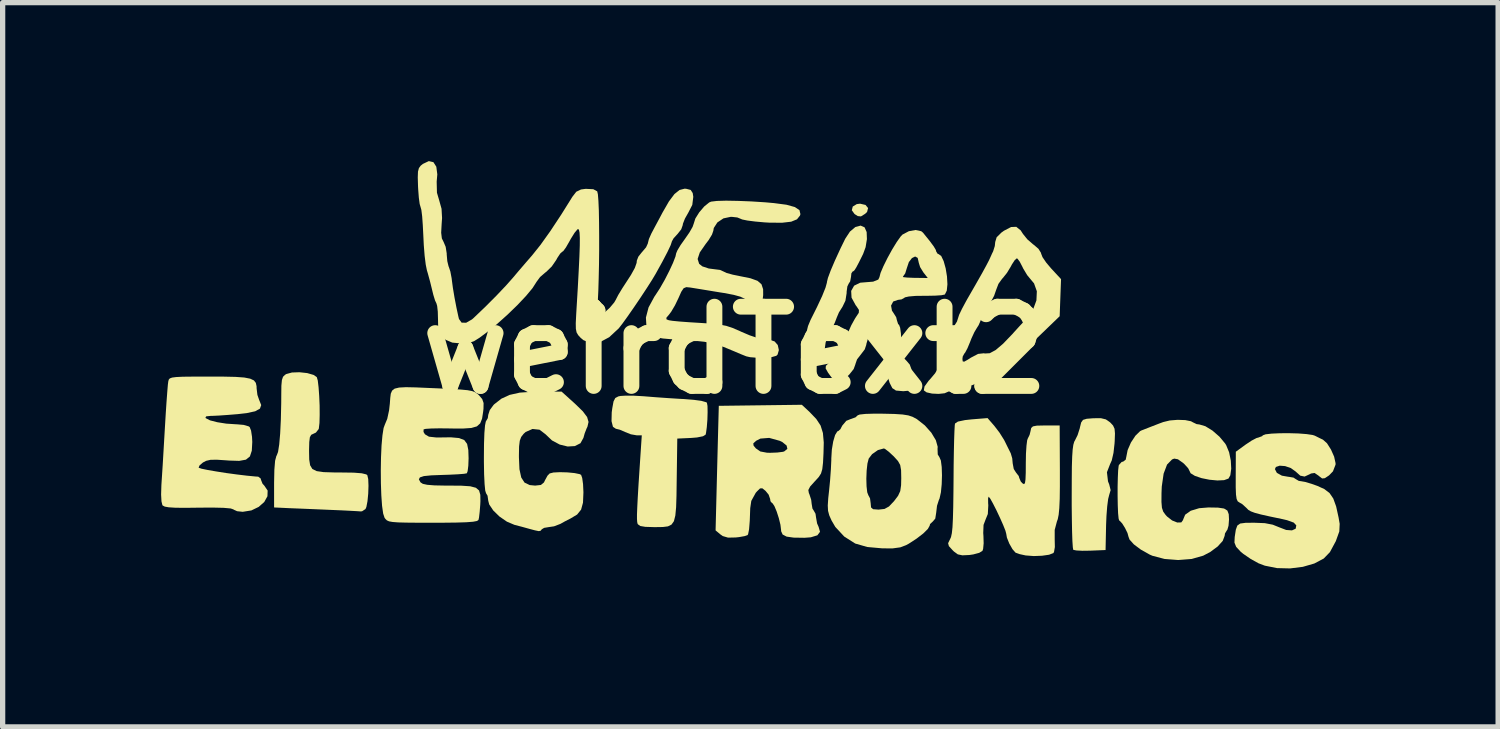
<source format=kicad_pcb>
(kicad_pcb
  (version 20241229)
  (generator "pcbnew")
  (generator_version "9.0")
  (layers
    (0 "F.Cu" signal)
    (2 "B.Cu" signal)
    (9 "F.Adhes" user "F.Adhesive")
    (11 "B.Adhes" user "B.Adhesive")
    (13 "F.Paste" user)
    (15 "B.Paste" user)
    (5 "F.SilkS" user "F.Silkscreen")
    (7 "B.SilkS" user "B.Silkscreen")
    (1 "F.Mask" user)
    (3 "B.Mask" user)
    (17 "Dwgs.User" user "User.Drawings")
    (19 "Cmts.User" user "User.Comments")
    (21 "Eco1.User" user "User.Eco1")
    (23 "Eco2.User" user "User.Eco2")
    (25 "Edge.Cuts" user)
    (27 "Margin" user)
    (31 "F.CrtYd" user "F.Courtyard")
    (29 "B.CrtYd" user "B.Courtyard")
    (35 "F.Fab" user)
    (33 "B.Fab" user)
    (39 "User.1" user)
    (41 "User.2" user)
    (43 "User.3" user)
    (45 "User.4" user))
  (footprint "weirdText2"
    (layer "F.Cu")
    (at 10.868 3.578)
    (property "Reference" "weirdText2" (at 0 0 0) (layer "F.SilkS") (effects (font (size 1.5 1.5) (thickness 0.3))))
    (attr board_only exclude_from_pos_files exclude_from_bom)
    (fp_poly (pts (xy 2.468 -2.748) (xy 2.516 -2.689) (xy 2.497 -2.615) (xy 2.46 -2.58) (xy 2.381 -2.531) (xy 2.321 -2.537) (xy 2.26 -2.576) (xy 2.208 -2.648) (xy 2.226 -2.718) (xy 2.302 -2.764) (xy 2.364 -2.772)) (stroke (width 0) (type solid)) (fill yes) (layer "F.SilkS"))
    (fp_poly (pts (xy 7.018 1.312) (xy 7.095 1.366) (xy 7.102 1.372) (xy 7.154 1.428) (xy 7.182 1.489) (xy 7.19 1.578) (xy 7.185 1.72) (xy 7.182 1.767) (xy 7.162 1.946) (xy 7.129 2.089) (xy 7.097 2.16) (xy 7.038 2.312) (xy 7.058 2.485) (xy 7.081 2.543) (xy 7.108 2.651) (xy 7.081 2.741) (xy 7.061 2.819) (xy 7.043 2.958) (xy 7.029 3.139) (xy 7.022 3.309) (xy 7.012 3.785) (xy 6.721 3.797) (xy 6.572 3.799) (xy 6.458 3.793) (xy 6.401 3.781) (xy 6.4 3.78) (xy 6.392 3.732) (xy 6.384 3.613) (xy 6.378 3.435) (xy 6.374 3.21) (xy 6.371 2.95) (xy 6.371 2.774) (xy 6.372 2.452) (xy 6.374 2.203) (xy 6.38 2.017) (xy 6.389 1.883) (xy 6.402 1.792) (xy 6.419 1.734) (xy 6.433 1.709) (xy 6.483 1.608) (xy 6.524 1.479) (xy 6.527 1.462) (xy 6.55 1.37) (xy 6.585 1.321) (xy 6.655 1.3) (xy 6.781 1.29) (xy 6.924 1.289)) (stroke (width 0) (type solid)) (fill yes) (layer "F.SilkS"))
    (fp_poly (pts (xy 2.45 -2.324) (xy 2.489 -2.235) (xy 2.494 -2.101) (xy 2.469 -1.948) (xy 2.422 -1.82) (xy 2.343 -1.661) (xy 2.291 -1.563) (xy 2.258 -1.511) (xy 2.236 -1.492) (xy 2.224 -1.489) (xy 2.2 -1.454) (xy 2.193 -1.388) (xy 2.177 -1.301) (xy 2.151 -1.262) (xy 2.124 -1.207) (xy 2.11 -1.105) (xy 2.11 -1.079) (xy 2.087 -0.935) (xy 2.033 -0.823) (xy 1.964 -0.713) (xy 1.925 -0.621) (xy 1.886 -0.519) (xy 1.825 -0.391) (xy 1.804 -0.352) (xy 1.749 -0.24) (xy 1.715 -0.155) (xy 1.711 -0.134) (xy 1.691 0.01) (xy 1.639 0.094) (xy 1.543 0.14) (xy 1.53 0.143) (xy 1.426 0.144) (xy 1.375 0.118) (xy 1.334 0.027) (xy 1.322 -0.116) (xy 1.337 -0.285) (xy 1.379 -0.455) (xy 1.426 -0.569) (xy 1.55 -0.817) (xy 1.647 -1.025) (xy 1.71 -1.182) (xy 1.737 -1.279) (xy 1.737 -1.289) (xy 1.756 -1.367) (xy 1.808 -1.507) (xy 1.889 -1.697) (xy 1.994 -1.925) (xy 2.084 -2.109) (xy 2.173 -2.244) (xy 2.275 -2.33) (xy 2.375 -2.357)) (stroke (width 0) (type solid)) (fill yes) (layer "F.SilkS"))
    (fp_poly (pts (xy -1.918 0.863) (xy -1.744 0.873) (xy -1.717 0.875) (xy -1.518 0.891) (xy -1.279 0.908) (xy -1.043 0.923) (xy -0.975 0.926) (xy -0.779 0.942) (xy -0.632 0.963) (xy -0.548 0.987) (xy -0.535 0.997) (xy -0.524 1.058) (xy -0.522 1.174) (xy -0.526 1.316) (xy -0.537 1.457) (xy -0.552 1.569) (xy -0.56 1.601) (xy -0.609 1.631) (xy -0.724 1.654) (xy -0.836 1.663) (xy -1.096 1.675) (xy -1.107 2.461) (xy -1.111 2.754) (xy -1.118 2.974) (xy -1.133 3.132) (xy -1.16 3.239) (xy -1.205 3.303) (xy -1.273 3.337) (xy -1.368 3.349) (xy -1.497 3.351) (xy -1.54 3.351) (xy -1.701 3.346) (xy -1.796 3.33) (xy -1.841 3.298) (xy -1.848 3.286) (xy -1.855 3.254) (xy -1.859 3.198) (xy -1.859 3.111) (xy -1.854 2.982) (xy -1.845 2.803) (xy -1.831 2.565) (xy -1.811 2.26) (xy -1.795 2.017) (xy -1.768 1.613) (xy -1.866 1.613) (xy -1.975 1.594) (xy -2.083 1.551) (xy -2.184 1.507) (xy -2.258 1.489) (xy -2.259 1.489) (xy -2.314 1.452) (xy -2.341 1.345) (xy -2.337 1.177) (xy -2.326 1.097) (xy -2.303 0.972) (xy -2.27 0.907) (xy -2.213 0.877) (xy -2.171 0.868) (xy -2.071 0.862)) (stroke (width 0) (type solid)) (fill yes) (layer "F.SilkS"))
    (fp_poly (pts (xy -8.102 0.435) (xy -7.981 0.47) (xy -7.921 0.511) (xy -7.902 0.576) (xy -7.887 0.703) (xy -7.875 0.868) (xy -7.867 1.05) (xy -7.866 1.228) (xy -7.87 1.38) (xy -7.882 1.483) (xy -7.885 1.495) (xy -7.937 1.561) (xy -7.985 1.584) (xy -8.027 1.604) (xy -8.052 1.65) (xy -8.063 1.739) (xy -8.067 1.89) (xy -8.067 1.918) (xy -8.064 2.072) (xy -8.047 2.18) (xy -8.005 2.25) (xy -7.923 2.291) (xy -7.791 2.31) (xy -7.596 2.316) (xy -7.451 2.317) (xy -7.222 2.32) (xy -7.069 2.332) (xy -6.984 2.353) (xy -6.964 2.368) (xy -6.947 2.442) (xy -6.942 2.568) (xy -6.947 2.718) (xy -6.961 2.861) (xy -6.982 2.97) (xy -6.999 3.009) (xy -7.063 3.051) (xy -7.089 3.054) (xy -7.145 3.05) (xy -7.268 3.043) (xy -7.444 3.034) (xy -7.658 3.025) (xy -7.819 3.018) (xy -8.056 3.008) (xy -8.273 2.999) (xy -8.451 2.992) (xy -8.573 2.986) (xy -8.615 2.984) (xy -8.729 2.979) (xy -8.729 2.511) (xy -8.724 2.265) (xy -8.71 2.095) (xy -8.686 2.004) (xy -8.679 1.994) (xy -8.654 1.927) (xy -8.632 1.786) (xy -8.614 1.579) (xy -8.601 1.314) (xy -8.594 1.001) (xy -8.593 0.841) (xy -8.591 0.672) (xy -8.581 0.567) (xy -8.56 0.505) (xy -8.522 0.468) (xy -8.498 0.453) (xy -8.391 0.424) (xy -8.249 0.419)) (stroke (width 0) (type solid)) (fill yes) (layer "F.SilkS"))
    (fp_poly (pts (xy 1.412 1.175) (xy 1.536 1.305) (xy 1.617 1.428) (xy 1.661 1.569) (xy 1.677 1.75) (xy 1.672 1.953) (xy 1.663 2.133) (xy 1.649 2.254) (xy 1.625 2.336) (xy 1.582 2.403) (xy 1.515 2.477) (xy 1.506 2.486) (xy 1.419 2.583) (xy 1.385 2.649) (xy 1.395 2.707) (xy 1.403 2.723) (xy 1.439 2.833) (xy 1.448 2.911) (xy 1.463 3) (xy 1.489 3.041) (xy 1.521 3.098) (xy 1.531 3.168) (xy 1.551 3.282) (xy 1.58 3.348) (xy 1.606 3.44) (xy 1.556 3.506) (xy 1.432 3.544) (xy 1.312 3.553) (xy 1.108 3.55) (xy 0.974 3.531) (xy 0.898 3.491) (xy 0.87 3.428) (xy 0.869 3.407) (xy 0.857 3.307) (xy 0.826 3.181) (xy 0.785 3.054) (xy 0.742 2.952) (xy 0.706 2.898) (xy 0.698 2.896) (xy 0.668 2.861) (xy 0.662 2.819) (xy 0.633 2.736) (xy 0.575 2.665) (xy 0.515 2.617) (xy 0.471 2.618) (xy 0.413 2.675) (xy 0.389 2.702) (xy 0.305 2.855) (xy 0.285 2.991) (xy 0.276 3.232) (xy 0.263 3.394) (xy 0.245 3.484) (xy 0.235 3.502) (xy 0.181 3.521) (xy 0.075 3.54) (xy 0.011 3.547) (xy -0.135 3.55) (xy -0.234 3.521) (xy -0.279 3.49) (xy -0.371 3.413) (xy -0.341 2.234) (xy -0.329 1.766) (xy 0.343 1.766) (xy 0.348 1.808) (xy 0.392 1.861) (xy 0.476 1.919) (xy 0.604 1.943) (xy 0.665 1.944) (xy 0.797 1.939) (xy 0.9 1.926) (xy 0.927 1.919) (xy 0.988 1.87) (xy 0.974 1.807) (xy 0.893 1.741) (xy 0.843 1.717) (xy 0.644 1.662) (xy 0.478 1.675) (xy 0.396 1.717) (xy 0.343 1.766) (xy -0.329 1.766) (xy -0.31 1.055) (xy 0.476 1.045) (xy 1.262 1.035)) (stroke (width 0) (type solid)) (fill yes) (layer "F.SilkS"))
    (fp_poly (pts (xy -3.029 1.018) (xy -2.885 1.158) (xy -2.803 1.267) (xy -2.776 1.36) (xy -2.797 1.451) (xy -2.811 1.479) (xy -2.849 1.576) (xy -2.873 1.662) (xy -2.929 1.763) (xy -3.035 1.817) (xy -3.172 1.825) (xy -3.322 1.788) (xy -3.468 1.71) (xy -3.591 1.593) (xy -3.704 1.507) (xy -3.837 1.493) (xy -3.967 1.55) (xy -4.005 1.585) (xy -4.051 1.644) (xy -4.078 1.716) (xy -4.091 1.824) (xy -4.094 1.988) (xy -4.094 2.03) (xy -4.084 2.256) (xy -4.05 2.412) (xy -3.988 2.508) (xy -3.89 2.555) (xy -3.788 2.565) (xy -3.678 2.553) (xy -3.62 2.505) (xy -3.601 2.465) (xy -3.553 2.377) (xy -3.512 2.335) (xy -3.44 2.317) (xy -3.317 2.311) (xy -3.175 2.315) (xy -3.041 2.328) (xy -2.944 2.348) (xy -2.917 2.362) (xy -2.896 2.421) (xy -2.88 2.538) (xy -2.873 2.689) (xy -2.873 2.696) (xy -2.881 2.888) (xy -2.917 3.02) (xy -2.992 3.113) (xy -3.117 3.188) (xy -3.123 3.191) (xy -3.223 3.242) (xy -3.309 3.29) (xy -3.429 3.336) (xy -3.524 3.35) (xy -3.616 3.365) (xy -3.661 3.392) (xy -3.683 3.42) (xy -3.719 3.427) (xy -3.791 3.412) (xy -3.889 3.386) (xy -4.037 3.345) (xy -4.179 3.308) (xy -4.321 3.248) (xy -4.462 3.151) (xy -4.58 3.036) (xy -4.657 2.921) (xy -4.675 2.85) (xy -4.688 2.757) (xy -4.716 2.71) (xy -4.732 2.659) (xy -4.744 2.537) (xy -4.753 2.352) (xy -4.757 2.115) (xy -4.757 2.027) (xy -4.755 1.775) (xy -4.748 1.572) (xy -4.736 1.428) (xy -4.721 1.352) (xy -4.716 1.344) (xy -4.683 1.287) (xy -4.675 1.226) (xy -4.646 1.136) (xy -4.575 1.039) (xy -4.561 1.025) (xy -4.425 0.919) (xy -4.27 0.848) (xy -4.078 0.805) (xy -3.83 0.788) (xy -3.706 0.786) (xy -3.286 0.786)) (stroke (width 0) (type solid)) (fill yes) (layer "F.SilkS"))
    (fp_poly (pts (xy -6.047 0.706) (xy -5.796 0.717) (xy -5.63 0.724) (xy -5.377 0.736) (xy -5.194 0.747) (xy -5.066 0.759) (xy -4.979 0.776) (xy -4.921 0.799) (xy -4.877 0.83) (xy -4.849 0.856) (xy -4.789 0.927) (xy -4.763 1.002) (xy -4.765 1.112) (xy -4.772 1.172) (xy -4.792 1.299) (xy -4.827 1.387) (xy -4.89 1.444) (xy -4.994 1.474) (xy -5.153 1.485) (xy -5.38 1.484) (xy -5.407 1.483) (xy -5.596 1.481) (xy -5.752 1.484) (xy -5.86 1.491) (xy -5.899 1.501) (xy -5.9 1.55) (xy -5.873 1.594) (xy -5.797 1.639) (xy -5.659 1.654) (xy -5.608 1.654) (xy -5.383 1.651) (xy -5.228 1.665) (xy -5.129 1.703) (xy -5.075 1.776) (xy -5.052 1.892) (xy -5.047 2.048) (xy -5.052 2.188) (xy -5.065 2.291) (xy -5.08 2.332) (xy -5.134 2.342) (xy -5.25 2.351) (xy -5.412 2.359) (xy -5.537 2.363) (xy -5.752 2.371) (xy -5.893 2.385) (xy -5.969 2.41) (xy -5.988 2.447) (xy -5.96 2.499) (xy -5.955 2.505) (xy -5.913 2.532) (xy -5.83 2.55) (xy -5.694 2.561) (xy -5.492 2.565) (xy -5.417 2.565) (xy -5.181 2.567) (xy -5.016 2.578) (xy -4.909 2.606) (xy -4.849 2.657) (xy -4.825 2.739) (xy -4.823 2.859) (xy -4.826 2.923) (xy -4.837 3.063) (xy -4.85 3.173) (xy -4.86 3.216) (xy -4.888 3.235) (xy -4.962 3.249) (xy -5.091 3.259) (xy -5.282 3.265) (xy -5.543 3.268) (xy -5.726 3.268) (xy -6.011 3.268) (xy -6.225 3.266) (xy -6.378 3.262) (xy -6.484 3.254) (xy -6.552 3.242) (xy -6.594 3.223) (xy -6.621 3.197) (xy -6.637 3.176) (xy -6.664 3.095) (xy -6.685 2.947) (xy -6.699 2.751) (xy -6.707 2.522) (xy -6.709 2.277) (xy -6.705 2.033) (xy -6.695 1.807) (xy -6.678 1.616) (xy -6.656 1.475) (xy -6.631 1.407) (xy -6.587 1.302) (xy -6.552 1.14) (xy -6.538 1.015) (xy -6.53 0.906) (xy -6.52 0.825) (xy -6.495 0.767) (xy -6.446 0.729) (xy -6.362 0.709) (xy -6.233 0.702)) (stroke (width 0) (type solid)) (fill yes) (layer "F.SilkS"))
    (fp_poly (pts (xy 8.52 1.325) (xy 8.629 1.347) (xy 8.665 1.367) (xy 8.736 1.401) (xy 8.789 1.408) (xy 8.901 1.441) (xy 9.036 1.524) (xy 9.168 1.639) (xy 9.275 1.767) (xy 9.296 1.801) (xy 9.351 1.935) (xy 9.383 2.092) (xy 9.391 2.246) (xy 9.374 2.37) (xy 9.339 2.432) (xy 9.256 2.462) (xy 9.128 2.468) (xy 8.979 2.454) (xy 8.83 2.424) (xy 8.703 2.381) (xy 8.622 2.331) (xy 8.605 2.295) (xy 8.575 2.236) (xy 8.502 2.156) (xy 8.477 2.134) (xy 8.382 2.067) (xy 8.312 2.054) (xy 8.271 2.07) (xy 8.176 2.167) (xy 8.111 2.339) (xy 8.076 2.583) (xy 8.071 2.709) (xy 8.07 2.876) (xy 8.079 2.985) (xy 8.104 3.059) (xy 8.15 3.122) (xy 8.177 3.151) (xy 8.272 3.225) (xy 8.369 3.264) (xy 8.446 3.262) (xy 8.48 3.215) (xy 8.48 3.209) (xy 8.519 3.116) (xy 8.625 3.041) (xy 8.784 2.993) (xy 8.958 2.979) (xy 9.14 2.982) (xy 9.255 2.999) (xy 9.318 3.038) (xy 9.344 3.107) (xy 9.349 3.208) (xy 9.34 3.324) (xy 9.318 3.4) (xy 9.308 3.413) (xy 9.273 3.471) (xy 9.266 3.517) (xy 9.23 3.612) (xy 9.133 3.719) (xy 8.993 3.822) (xy 8.86 3.892) (xy 8.642 3.954) (xy 8.387 3.974) (xy 8.129 3.954) (xy 7.9 3.894) (xy 7.847 3.871) (xy 7.68 3.777) (xy 7.548 3.678) (xy 7.466 3.587) (xy 7.446 3.533) (xy 7.427 3.463) (xy 7.381 3.369) (xy 7.327 3.282) (xy 7.28 3.231) (xy 7.27 3.227) (xy 7.259 3.189) (xy 7.249 3.087) (xy 7.243 2.939) (xy 7.24 2.766) (xy 7.24 2.586) (xy 7.244 2.417) (xy 7.25 2.279) (xy 7.26 2.19) (xy 7.265 2.175) (xy 7.316 2.118) (xy 7.347 2.11) (xy 7.393 2.075) (xy 7.405 2.019) (xy 7.43 1.892) (xy 7.492 1.75) (xy 7.577 1.621) (xy 7.665 1.535) (xy 7.689 1.522) (xy 7.855 1.457) (xy 8.028 1.39) (xy 8.104 1.362) (xy 8.228 1.332) (xy 8.376 1.32)) (stroke (width 0) (type solid)) (fill yes) (layer "F.SilkS"))
    (fp_poly (pts (xy -9.687 0.502) (xy -9.459 0.507) (xy -9.293 0.519) (xy -9.181 0.541) (xy -9.111 0.574) (xy -9.075 0.62) (xy -9.061 0.683) (xy -9.06 0.723) (xy -9.045 0.848) (xy -9.01 0.949) (xy -9.008 0.952) (xy -8.973 1.041) (xy -8.997 1.108) (xy -9.087 1.158) (xy -9.249 1.193) (xy -9.416 1.212) (xy -9.601 1.227) (xy -9.771 1.239) (xy -9.897 1.245) (xy -9.924 1.245) (xy -10.014 1.254) (xy -10.029 1.28) (xy -10.02 1.29) (xy -9.942 1.33) (xy -9.806 1.365) (xy -9.635 1.392) (xy -9.454 1.404) (xy -9.43 1.405) (xy -9.305 1.416) (xy -9.212 1.443) (xy -9.192 1.456) (xy -9.165 1.523) (xy -9.147 1.642) (xy -9.142 1.739) (xy -9.151 1.904) (xy -9.187 2.013) (xy -9.262 2.074) (xy -9.389 2.097) (xy -9.581 2.091) (xy -9.634 2.087) (xy -9.813 2.075) (xy -9.932 2.077) (xy -10.015 2.096) (xy -10.076 2.128) (xy -10.142 2.185) (xy -10.157 2.225) (xy -10.156 2.227) (xy -10.104 2.245) (xy -9.988 2.269) (xy -9.826 2.297) (xy -9.636 2.327) (xy -9.436 2.354) (xy -9.245 2.377) (xy -9.08 2.393) (xy -9.029 2.396) (xy -8.982 2.432) (xy -8.977 2.456) (xy -8.948 2.529) (xy -8.915 2.565) (xy -8.851 2.659) (xy -8.855 2.767) (xy -8.915 2.875) (xy -9.02 2.968) (xy -9.159 3.035) (xy -9.321 3.061) (xy -9.325 3.061) (xy -9.429 3.05) (xy -9.493 3.021) (xy -9.496 3.017) (xy -9.55 2.998) (xy -9.686 2.986) (xy -9.9 2.981) (xy -10.163 2.983) (xy -10.417 2.986) (xy -10.6 2.984) (xy -10.723 2.976) (xy -10.798 2.963) (xy -10.838 2.942) (xy -10.844 2.934) (xy -10.861 2.864) (xy -10.868 2.735) (xy -10.863 2.567) (xy -10.862 2.544) (xy -10.852 2.392) (xy -10.838 2.178) (xy -10.823 1.924) (xy -10.807 1.652) (xy -10.795 1.448) (xy -10.78 1.199) (xy -10.765 0.974) (xy -10.751 0.787) (xy -10.74 0.654) (xy -10.732 0.592) (xy -10.723 0.559) (xy -10.703 0.536) (xy -10.66 0.52) (xy -10.582 0.51) (xy -10.459 0.504) (xy -10.277 0.502) (xy -10.026 0.501) (xy -9.988 0.501)) (stroke (width 0) (type solid)) (fill yes) (layer "F.SilkS"))
    (fp_poly (pts (xy 2.803 1.204) (xy 3.018 1.209) (xy 3.17 1.219) (xy 3.277 1.236) (xy 3.359 1.263) (xy 3.435 1.304) (xy 3.444 1.31) (xy 3.59 1.425) (xy 3.713 1.563) (xy 3.799 1.706) (xy 3.834 1.831) (xy 3.831 1.868) (xy 3.835 1.976) (xy 3.866 2.026) (xy 3.894 2.09) (xy 3.91 2.213) (xy 3.915 2.37) (xy 3.91 2.537) (xy 3.895 2.692) (xy 3.869 2.809) (xy 3.855 2.841) (xy 3.821 2.947) (xy 3.806 3.074) (xy 3.806 3.075) (xy 3.788 3.19) (xy 3.744 3.242) (xy 3.689 3.294) (xy 3.682 3.324) (xy 3.648 3.385) (xy 3.56 3.472) (xy 3.434 3.569) (xy 3.288 3.664) (xy 3.237 3.692) (xy 3.126 3.734) (xy 2.98 3.754) (xy 2.786 3.753) (xy 2.528 3.73) (xy 2.499 3.727) (xy 2.273 3.662) (xy 2.065 3.53) (xy 1.896 3.348) (xy 1.824 3.225) (xy 1.781 3.128) (xy 1.758 3.042) (xy 1.753 2.942) (xy 1.762 2.803) (xy 1.777 2.667) (xy 1.797 2.463) (xy 1.799 2.433) (xy 2.483 2.433) (xy 2.487 2.578) (xy 2.5 2.692) (xy 2.522 2.75) (xy 2.523 2.751) (xy 2.553 2.807) (xy 2.565 2.898) (xy 2.572 2.978) (xy 2.611 3.012) (xy 2.705 3.019) (xy 2.72 3.019) (xy 2.827 3.007) (xy 2.912 2.96) (xy 3.007 2.86) (xy 3.01 2.856) (xy 3.084 2.758) (xy 3.125 2.669) (xy 3.141 2.558) (xy 3.144 2.424) (xy 3.141 2.274) (xy 3.124 2.175) (xy 3.082 2.1) (xy 3.006 2.016) (xy 2.998 2.008) (xy 2.906 1.923) (xy 2.836 1.87) (xy 2.814 1.862) (xy 2.702 1.893) (xy 2.592 1.97) (xy 2.528 2.054) (xy 2.504 2.146) (xy 2.489 2.28) (xy 2.483 2.433) (xy 1.799 2.433) (xy 1.812 2.255) (xy 1.82 2.081) (xy 1.82 2.051) (xy 1.83 1.884) (xy 1.856 1.729) (xy 1.892 1.607) (xy 1.934 1.539) (xy 1.954 1.531) (xy 1.992 1.497) (xy 2.026 1.431) (xy 2.103 1.339) (xy 2.19 1.304) (xy 2.278 1.273) (xy 2.317 1.237) (xy 2.317 1.236) (xy 2.356 1.22) (xy 2.466 1.208) (xy 2.636 1.203)) (stroke (width 0) (type solid)) (fill yes) (layer "F.SilkS"))
    (fp_poly (pts (xy 4.905 1.433) (xy 5.003 1.561) (xy 5.09 1.699) (xy 5.106 1.73) (xy 5.163 1.846) (xy 5.21 1.94) (xy 5.217 1.954) (xy 5.245 2.049) (xy 5.254 2.146) (xy 5.274 2.251) (xy 5.316 2.317) (xy 5.368 2.384) (xy 5.378 2.42) (xy 5.407 2.488) (xy 5.44 2.523) (xy 5.468 2.538) (xy 5.486 2.517) (xy 5.496 2.449) (xy 5.501 2.321) (xy 5.502 2.144) (xy 5.505 1.961) (xy 5.515 1.808) (xy 5.528 1.706) (xy 5.54 1.673) (xy 5.574 1.604) (xy 5.592 1.531) (xy 5.604 1.475) (xy 5.637 1.444) (xy 5.71 1.43) (xy 5.842 1.427) (xy 5.874 1.427) (xy 6.143 1.427) (xy 6.147 2.275) (xy 6.147 2.583) (xy 6.144 2.818) (xy 6.136 2.993) (xy 6.124 3.116) (xy 6.107 3.201) (xy 6.091 3.244) (xy 6.049 3.404) (xy 6.049 3.586) (xy 6.052 3.728) (xy 6.036 3.822) (xy 6.023 3.843) (xy 5.942 3.874) (xy 5.809 3.893) (xy 5.654 3.899) (xy 5.507 3.888) (xy 5.498 3.887) (xy 5.387 3.863) (xy 5.311 3.836) (xy 5.307 3.834) (xy 5.25 3.769) (xy 5.189 3.662) (xy 5.144 3.549) (xy 5.132 3.479) (xy 5.116 3.418) (xy 5.073 3.31) (xy 5.013 3.175) (xy 4.946 3.033) (xy 4.881 2.905) (xy 4.829 2.812) (xy 4.798 2.774) (xy 4.798 2.774) (xy 4.788 2.809) (xy 4.789 2.899) (xy 4.792 2.938) (xy 4.783 3.103) (xy 4.743 3.201) (xy 4.702 3.309) (xy 4.696 3.463) (xy 4.7 3.521) (xy 4.704 3.657) (xy 4.694 3.764) (xy 4.681 3.801) (xy 4.62 3.838) (xy 4.507 3.868) (xy 4.434 3.879) (xy 4.301 3.885) (xy 4.215 3.867) (xy 4.141 3.813) (xy 4.116 3.788) (xy 4.046 3.711) (xy 4.031 3.656) (xy 4.062 3.591) (xy 4.066 3.585) (xy 4.086 3.54) (xy 4.102 3.466) (xy 4.114 3.353) (xy 4.122 3.192) (xy 4.128 2.973) (xy 4.132 2.687) (xy 4.134 2.469) (xy 4.136 2.184) (xy 4.14 1.925) (xy 4.145 1.704) (xy 4.151 1.533) (xy 4.157 1.424) (xy 4.162 1.39) (xy 4.217 1.353) (xy 4.351 1.325) (xy 4.48 1.311) (xy 4.778 1.287)) (stroke (width 0) (type solid)) (fill yes) (layer "F.SilkS"))
    (fp_poly (pts (xy 10.663 1.578) (xy 10.818 1.59) (xy 10.933 1.607) (xy 10.973 1.62) (xy 11.071 1.669) (xy 11.128 1.696) (xy 11.204 1.764) (xy 11.279 1.882) (xy 11.339 2.017) (xy 11.366 2.14) (xy 11.366 2.168) (xy 11.317 2.295) (xy 11.243 2.372) (xy 11.163 2.425) (xy 11.112 2.43) (xy 11.054 2.386) (xy 11.044 2.377) (xy 10.969 2.326) (xy 10.902 2.336) (xy 10.878 2.349) (xy 10.78 2.394) (xy 10.698 2.377) (xy 10.607 2.296) (xy 10.519 2.233) (xy 10.411 2.196) (xy 10.309 2.188) (xy 10.237 2.212) (xy 10.218 2.253) (xy 10.255 2.324) (xy 10.35 2.377) (xy 10.476 2.399) (xy 10.482 2.399) (xy 10.57 2.414) (xy 10.611 2.441) (xy 10.67 2.476) (xy 10.713 2.482) (xy 10.792 2.496) (xy 10.916 2.533) (xy 11.022 2.571) (xy 11.154 2.631) (xy 11.252 2.706) (xy 11.323 2.81) (xy 11.377 2.959) (xy 11.423 3.168) (xy 11.444 3.289) (xy 11.437 3.433) (xy 11.371 3.617) (xy 11.259 3.825) (xy 11.142 3.946) (xy 10.964 4.04) (xy 10.746 4.103) (xy 10.504 4.133) (xy 10.258 4.127) (xy 10.027 4.081) (xy 9.908 4.036) (xy 9.76 3.954) (xy 9.62 3.858) (xy 9.568 3.815) (xy 9.484 3.724) (xy 9.452 3.644) (xy 9.457 3.536) (xy 9.458 3.531) (xy 9.478 3.4) (xy 9.506 3.322) (xy 9.561 3.283) (xy 9.661 3.27) (xy 9.822 3.268) (xy 10.026 3.276) (xy 10.177 3.305) (xy 10.298 3.354) (xy 10.431 3.405) (xy 10.541 3.413) (xy 10.611 3.381) (xy 10.623 3.318) (xy 10.575 3.266) (xy 10.448 3.22) (xy 10.363 3.2) (xy 10.124 3.15) (xy 9.954 3.112) (xy 9.838 3.081) (xy 9.763 3.053) (xy 9.715 3.025) (xy 9.682 2.991) (xy 9.682 2.991) (xy 9.601 2.917) (xy 9.546 2.885) (xy 9.514 2.863) (xy 9.493 2.818) (xy 9.481 2.734) (xy 9.476 2.597) (xy 9.476 2.392) (xy 9.476 2.39) (xy 9.478 1.924) (xy 9.663 1.789) (xy 9.776 1.714) (xy 9.869 1.665) (xy 9.906 1.655) (xy 9.976 1.629) (xy 9.99 1.613) (xy 10.042 1.594) (xy 10.156 1.581) (xy 10.311 1.574) (xy 10.487 1.573)) (stroke (width 0) (type solid)) (fill yes) (layer "F.SilkS"))
    (fp_poly (pts (xy 3.522 -2.251) (xy 3.555 -2.224) (xy 3.681 -2.068) (xy 3.759 -1.963) (xy 3.798 -1.897) (xy 3.806 -1.866) (xy 3.834 -1.822) (xy 3.846 -1.82) (xy 3.9 -1.783) (xy 3.947 -1.684) (xy 3.985 -1.547) (xy 4.01 -1.394) (xy 4.018 -1.246) (xy 4.006 -1.126) (xy 3.971 -1.055) (xy 3.967 -1.052) (xy 3.906 -1.039) (xy 3.786 -1.031) (xy 3.628 -1.028) (xy 3.576 -1.028) (xy 3.414 -1.026) (xy 3.287 -1.015) (xy 3.214 -0.999) (xy 3.206 -0.992) (xy 3.149 -0.96) (xy 3.082 -0.951) (xy 2.992 -0.92) (xy 2.951 -0.842) (xy 2.968 -0.747) (xy 2.995 -0.707) (xy 3.048 -0.623) (xy 3.061 -0.568) (xy 3.084 -0.495) (xy 3.103 -0.476) (xy 3.123 -0.424) (xy 3.138 -0.314) (xy 3.144 -0.17) (xy 3.148 -0.013) (xy 3.164 0.087) (xy 3.2 0.157) (xy 3.246 0.205) (xy 3.305 0.274) (xy 3.334 0.354) (xy 3.34 0.476) (xy 3.339 0.533) (xy 3.33 0.765) (xy 3.182 0.778) (xy 3.044 0.766) (xy 2.975 0.72) (xy 2.925 0.622) (xy 2.874 0.46) (xy 2.828 0.251) (xy 2.791 0.012) (xy 2.779 -0.091) (xy 2.751 -0.283) (xy 2.715 -0.395) (xy 2.669 -0.429) (xy 2.61 -0.387) (xy 2.568 -0.326) (xy 2.512 -0.213) (xy 2.483 -0.114) (xy 2.482 -0.1) (xy 2.453 -0.014) (xy 2.383 0.078) (xy 2.379 0.083) (xy 2.307 0.176) (xy 2.275 0.268) (xy 2.275 0.272) (xy 2.243 0.359) (xy 2.16 0.463) (xy 2.129 0.493) (xy 2.011 0.575) (xy 1.916 0.585) (xy 1.827 0.521) (xy 1.759 0.429) (xy 1.713 0.347) (xy 1.717 0.298) (xy 1.744 0.272) (xy 1.825 0.188) (xy 1.924 0.053) (xy 2.023 -0.105) (xy 2.106 -0.261) (xy 2.136 -0.331) (xy 2.198 -0.47) (xy 2.267 -0.595) (xy 2.288 -0.628) (xy 2.34 -0.706) (xy 2.343 -0.76) (xy 2.296 -0.831) (xy 2.281 -0.85) (xy 2.203 -0.993) (xy 2.196 -1.121) (xy 2.252 -1.22) (xy 2.367 -1.276) (xy 2.439 -1.282) (xy 2.612 -1.296) (xy 2.709 -1.335) (xy 2.731 -1.38) (xy 2.734 -1.392) (xy 3.174 -1.392) (xy 3.184 -1.381) (xy 3.261 -1.373) (xy 3.385 -1.368) (xy 3.646 -1.365) (xy 3.561 -1.474) (xy 3.501 -1.572) (xy 3.475 -1.656) (xy 3.475 -1.658) (xy 3.455 -1.746) (xy 3.407 -1.772) (xy 3.346 -1.742) (xy 3.288 -1.666) (xy 3.25 -1.553) (xy 3.219 -1.452) (xy 3.178 -1.394) (xy 3.174 -1.392) (xy 2.734 -1.392) (xy 2.752 -1.461) (xy 2.807 -1.59) (xy 2.884 -1.745) (xy 2.972 -1.905) (xy 3.059 -2.047) (xy 3.133 -2.151) (xy 3.167 -2.187) (xy 3.288 -2.251) (xy 3.416 -2.274)) (stroke (width 0) (type solid)) (fill yes) (layer "F.SilkS"))
    (fp_poly (pts (xy 0.05 -2.825) (xy 0.303 -2.815) (xy 0.569 -2.798) (xy 0.735 -2.783) (xy 0.971 -2.752) (xy 1.13 -2.708) (xy 1.217 -2.65) (xy 1.235 -2.575) (xy 1.227 -2.547) (xy 1.17 -2.476) (xy 1.06 -2.431) (xy 0.887 -2.411) (xy 0.645 -2.413) (xy 0.558 -2.418) (xy 0.379 -2.434) (xy 0.231 -2.453) (xy 0.133 -2.473) (xy 0.105 -2.485) (xy 0.041 -2.511) (xy -0.067 -2.523) (xy -0.084 -2.523) (xy -0.222 -2.494) (xy -0.337 -2.417) (xy -0.405 -2.312) (xy -0.414 -2.259) (xy -0.439 -2.187) (xy -0.503 -2.082) (xy -0.558 -2.01) (xy -0.67 -1.849) (xy -0.711 -1.725) (xy -0.682 -1.633) (xy -0.621 -1.585) (xy -0.5 -1.545) (xy -0.391 -1.531) (xy -0.287 -1.518) (xy -0.223 -1.489) (xy -0.162 -1.46) (xy -0.046 -1.428) (xy 0.086 -1.401) (xy 0.289 -1.36) (xy 0.422 -1.312) (xy 0.498 -1.246) (xy 0.529 -1.152) (xy 0.53 -1.042) (xy 0.516 -0.921) (xy 0.487 -0.86) (xy 0.433 -0.836) (xy 0.425 -0.835) (xy 0.32 -0.858) (xy 0.238 -0.923) (xy 0.179 -0.973) (xy 0.096 -1.012) (xy -0.028 -1.046) (xy -0.212 -1.081) (xy -0.29 -1.093) (xy -0.484 -1.125) (xy -0.661 -1.154) (xy -0.797 -1.176) (xy -0.852 -1.185) (xy -0.926 -1.192) (xy -0.976 -1.171) (xy -1.02 -1.105) (xy -1.073 -0.986) (xy -1.14 -0.847) (xy -1.211 -0.727) (xy -1.249 -0.676) (xy -1.303 -0.612) (xy -1.3 -0.582) (xy -1.255 -0.565) (xy -1.185 -0.554) (xy -1.052 -0.541) (xy -0.875 -0.528) (xy -0.683 -0.516) (xy -0.461 -0.502) (xy -0.297 -0.484) (xy -0.168 -0.459) (xy -0.048 -0.419) (xy 0.087 -0.361) (xy 0.114 -0.348) (xy 0.274 -0.28) (xy 0.422 -0.23) (xy 0.529 -0.207) (xy 0.541 -0.207) (xy 0.661 -0.193) (xy 0.747 -0.164) (xy 0.806 -0.096) (xy 0.827 -0.000393) (xy 0.803 0.084) (xy 0.779 0.108) (xy 0.697 0.131) (xy 0.565 0.144) (xy 0.416 0.145) (xy 0.282 0.134) (xy 0.211 0.118) (xy 0.101 0.074) (xy -0.016 0.024) (xy -0.222 -0.061) (xy -0.402 -0.12) (xy -0.583 -0.158) (xy -0.794 -0.182) (xy -1.008 -0.195) (xy -1.222 -0.207) (xy -1.37 -0.22) (xy -1.469 -0.238) (xy -1.536 -0.264) (xy -1.587 -0.301) (xy -1.607 -0.32) (xy -1.68 -0.449) (xy -1.69 -0.616) (xy -1.64 -0.808) (xy -1.53 -1.011) (xy -1.51 -1.04) (xy -1.426 -1.169) (xy -1.335 -1.328) (xy -1.249 -1.496) (xy -1.177 -1.651) (xy -1.13 -1.773) (xy -1.117 -1.833) (xy -1.093 -1.89) (xy -1.032 -1.991) (xy -0.951 -2.105) (xy -0.866 -2.228) (xy -0.806 -2.333) (xy -0.785 -2.393) (xy -0.754 -2.491) (xy -0.68 -2.609) (xy -0.585 -2.72) (xy -0.491 -2.796) (xy -0.455 -2.811) (xy -0.346 -2.824) (xy -0.172 -2.829)) (stroke (width 0) (type solid)) (fill yes) (layer "F.SilkS"))
    (fp_poly (pts (xy 5.404 -2.268) (xy 5.448 -2.2) (xy 5.53 -2.098) (xy 5.64 -2.002) (xy 5.654 -1.993) (xy 5.742 -1.917) (xy 5.789 -1.842) (xy 5.792 -1.827) (xy 5.818 -1.76) (xy 5.888 -1.657) (xy 5.98 -1.548) (xy 6.169 -1.344) (xy 6.156 -0.993) (xy 6.143 -0.641) (xy 5.757 -0.269) (xy 5.607 -0.126) (xy 5.475 -0.003) (xy 5.373 0.088) (xy 5.316 0.134) (xy 5.312 0.137) (xy 5.26 0.193) (xy 5.254 0.22) (xy 5.228 0.281) (xy 5.163 0.367) (xy 5.149 0.383) (xy 5.067 0.454) (xy 4.974 0.488) (xy 4.835 0.496) (xy 4.835 0.496) (xy 4.705 0.502) (xy 4.636 0.525) (xy 4.606 0.571) (xy 4.605 0.575) (xy 4.57 0.626) (xy 4.485 0.665) (xy 4.335 0.698) (xy 4.332 0.699) (xy 4.192 0.729) (xy 4.084 0.762) (xy 4.038 0.785) (xy 3.965 0.817) (xy 3.851 0.829) (xy 3.727 0.823) (xy 3.624 0.8) (xy 3.571 0.762) (xy 3.585 0.688) (xy 3.663 0.58) (xy 3.697 0.543) (xy 3.783 0.441) (xy 3.838 0.351) (xy 3.847 0.315) (xy 3.866 0.224) (xy 3.889 0.169) (xy 4.302 0.169) (xy 4.308 0.214) (xy 4.336 0.219) (xy 4.404 0.181) (xy 4.463 0.143) (xy 4.599 0.072) (xy 4.708 0.06) (xy 4.728 0.064) (xy 4.819 0.059) (xy 4.931 -0.001) (xy 5.072 -0.121) (xy 5.249 -0.305) (xy 5.271 -0.33) (xy 5.381 -0.451) (xy 5.493 -0.571) (xy 5.516 -0.595) (xy 5.637 -0.762) (xy 5.703 -0.941) (xy 5.711 -1.114) (xy 5.658 -1.263) (xy 5.611 -1.319) (xy 5.529 -1.418) (xy 5.452 -1.546) (xy 5.439 -1.574) (xy 5.387 -1.674) (xy 5.343 -1.732) (xy 5.331 -1.737) (xy 5.293 -1.704) (xy 5.238 -1.62) (xy 5.218 -1.582) (xy 5.146 -1.463) (xy 5.068 -1.365) (xy 5.054 -1.351) (xy 4.984 -1.254) (xy 4.942 -1.144) (xy 4.902 -1.029) (xy 4.832 -0.895) (xy 4.801 -0.848) (xy 4.725 -0.726) (xy 4.667 -0.614) (xy 4.655 -0.579) (xy 4.61 -0.474) (xy 4.572 -0.414) (xy 4.528 -0.34) (xy 4.473 -0.221) (xy 4.447 -0.154) (xy 4.398 -0.036) (xy 4.355 0.045) (xy 4.338 0.066) (xy 4.308 0.121) (xy 4.302 0.169) (xy 3.889 0.169) (xy 3.905 0.13) (xy 3.953 0.02) (xy 4.001 -0.121) (xy 4.013 -0.165) (xy 4.062 -0.303) (xy 4.122 -0.422) (xy 4.141 -0.45) (xy 4.198 -0.539) (xy 4.22 -0.607) (xy 4.239 -0.667) (xy 4.292 -0.778) (xy 4.367 -0.918) (xy 4.392 -0.963) (xy 4.552 -1.241) (xy 4.673 -1.454) (xy 4.756 -1.606) (xy 4.807 -1.704) (xy 4.822 -1.737) (xy 4.863 -1.828) (xy 4.884 -1.871) (xy 4.915 -1.97) (xy 4.923 -2.047) (xy 4.95 -2.136) (xy 5.04 -2.225) (xy 5.087 -2.259) (xy 5.222 -2.33) (xy 5.321 -2.334)) (stroke (width 0) (type solid)) (fill yes) (layer "F.SilkS"))
    (fp_poly (pts (xy -5.713 -3.558) (xy -5.658 -3.472) (xy -5.639 -3.327) (xy -5.651 -3.19) (xy -5.646 -2.98) (xy -5.604 -2.837) (xy -5.559 -2.676) (xy -5.549 -2.501) (xy -5.557 -2.389) (xy -5.566 -2.222) (xy -5.553 -2.114) (xy -5.521 -2.05) (xy -5.481 -1.956) (xy -5.461 -1.83) (xy -5.461 -1.81) (xy -5.45 -1.684) (xy -5.426 -1.585) (xy -5.421 -1.575) (xy -5.392 -1.488) (xy -5.368 -1.361) (xy -5.363 -1.319) (xy -5.344 -1.177) (xy -5.313 -0.992) (xy -5.276 -0.8) (xy -5.241 -0.638) (xy -5.229 -0.589) (xy -5.179 -0.52) (xy -5.093 -0.518) (xy -4.983 -0.581) (xy -4.951 -0.609) (xy -4.728 -0.822) (xy -4.517 -1.034) (xy -4.335 -1.226) (xy -4.21 -1.367) (xy -4.102 -1.495) (xy -3.968 -1.651) (xy -3.844 -1.794) (xy -3.688 -1.989) (xy -3.502 -2.249) (xy -3.293 -2.565) (xy -3.081 -2.904) (xy -3.008 -2.998) (xy -2.919 -3.041) (xy -2.83 -3.053) (xy -2.686 -3.046) (xy -2.612 -3.006) (xy -2.599 -2.949) (xy -2.589 -2.824) (xy -2.581 -2.642) (xy -2.577 -2.417) (xy -2.575 -2.163) (xy -2.575 -1.893) (xy -2.578 -1.621) (xy -2.584 -1.359) (xy -2.591 -1.121) (xy -2.601 -0.92) (xy -2.613 -0.769) (xy -2.626 -0.684) (xy -2.66 -0.562) (xy -2.485 -0.701) (xy -2.375 -0.801) (xy -2.29 -0.902) (xy -2.263 -0.948) (xy -2.213 -1.045) (xy -2.136 -1.172) (xy -2.091 -1.241) (xy -1.973 -1.423) (xy -1.9 -1.555) (xy -1.866 -1.651) (xy -1.862 -1.694) (xy -1.833 -1.769) (xy -1.764 -1.856) (xy -1.758 -1.862) (xy -1.687 -1.946) (xy -1.653 -2.02) (xy -1.653 -2.024) (xy -1.633 -2.103) (xy -1.586 -2.209) (xy -1.58 -2.22) (xy -1.524 -2.326) (xy -1.446 -2.471) (xy -1.375 -2.605) (xy -1.254 -2.815) (xy -1.15 -2.954) (xy -1.054 -3.031) (xy -0.957 -3.056) (xy -0.927 -3.054) (xy -0.842 -3.032) (xy -0.804 -2.973) (xy -0.793 -2.902) (xy -0.812 -2.749) (xy -0.887 -2.603) (xy -0.951 -2.49) (xy -0.989 -2.393) (xy -0.993 -2.366) (xy -1.021 -2.287) (xy -1.091 -2.198) (xy -1.096 -2.193) (xy -1.167 -2.115) (xy -1.2 -2.055) (xy -1.2 -2.051) (xy -1.222 -1.985) (xy -1.283 -1.856) (xy -1.381 -1.669) (xy -1.506 -1.443) (xy -1.576 -1.326) (xy -1.677 -1.168) (xy -1.795 -0.989) (xy -1.919 -0.806) (xy -2.036 -0.638) (xy -2.134 -0.502) (xy -2.2 -0.417) (xy -2.203 -0.413) (xy -2.385 -0.244) (xy -2.561 -0.15) (xy -2.726 -0.13) (xy -2.872 -0.188) (xy -2.924 -0.231) (xy -2.972 -0.283) (xy -3.002 -0.334) (xy -3.016 -0.403) (xy -3.018 -0.509) (xy -3.01 -0.671) (xy -3.005 -0.758) (xy -2.98 -1.171) (xy -2.962 -1.507) (xy -2.949 -1.774) (xy -2.942 -1.978) (xy -2.941 -2.125) (xy -2.946 -2.223) (xy -2.957 -2.276) (xy -2.973 -2.292) (xy -2.986 -2.286) (xy -3.041 -2.22) (xy -3.109 -2.111) (xy -3.144 -2.048) (xy -3.205 -1.942) (xy -3.255 -1.874) (xy -3.274 -1.862) (xy -3.312 -1.828) (xy -3.367 -1.745) (xy -3.388 -1.706) (xy -3.472 -1.584) (xy -3.575 -1.483) (xy -3.593 -1.47) (xy -3.693 -1.384) (xy -3.763 -1.289) (xy -3.765 -1.285) (xy -3.836 -1.174) (xy -3.959 -1.026) (xy -4.121 -0.854) (xy -4.31 -0.671) (xy -4.51 -0.492) (xy -4.696 -0.341) (xy -4.84 -0.234) (xy -4.944 -0.169) (xy -5.033 -0.137) (xy -5.13 -0.126) (xy -5.188 -0.126) (xy -5.355 -0.142) (xy -5.476 -0.193) (xy -5.512 -0.22) (xy -5.575 -0.279) (xy -5.609 -0.345) (xy -5.623 -0.444) (xy -5.626 -0.584) (xy -5.63 -0.728) (xy -5.642 -0.837) (xy -5.656 -0.885) (xy -5.682 -0.94) (xy -5.715 -1.048) (xy -5.735 -1.13) (xy -5.775 -1.293) (xy -5.819 -1.454) (xy -5.836 -1.51) (xy -5.858 -1.618) (xy -5.879 -1.785) (xy -5.895 -1.986) (xy -5.904 -2.171) (xy -5.914 -2.367) (xy -5.926 -2.534) (xy -5.941 -2.654) (xy -5.956 -2.708) (xy -5.973 -2.767) (xy -5.989 -2.886) (xy -6.001 -3.044) (xy -6.004 -3.099) (xy -6.009 -3.27) (xy -6.005 -3.379) (xy -5.987 -3.447) (xy -5.953 -3.492) (xy -5.912 -3.525) (xy -5.8 -3.578)) (stroke (width 0) (type solid)) (fill yes) (layer "F.SilkS")))
  (gr_rect
    (start -3 -3)
    (end 25.312 10.711)
    (stroke (width 0.1) (type default))
    (fill no)
    (layer "Edge.Cuts")))
</source>
